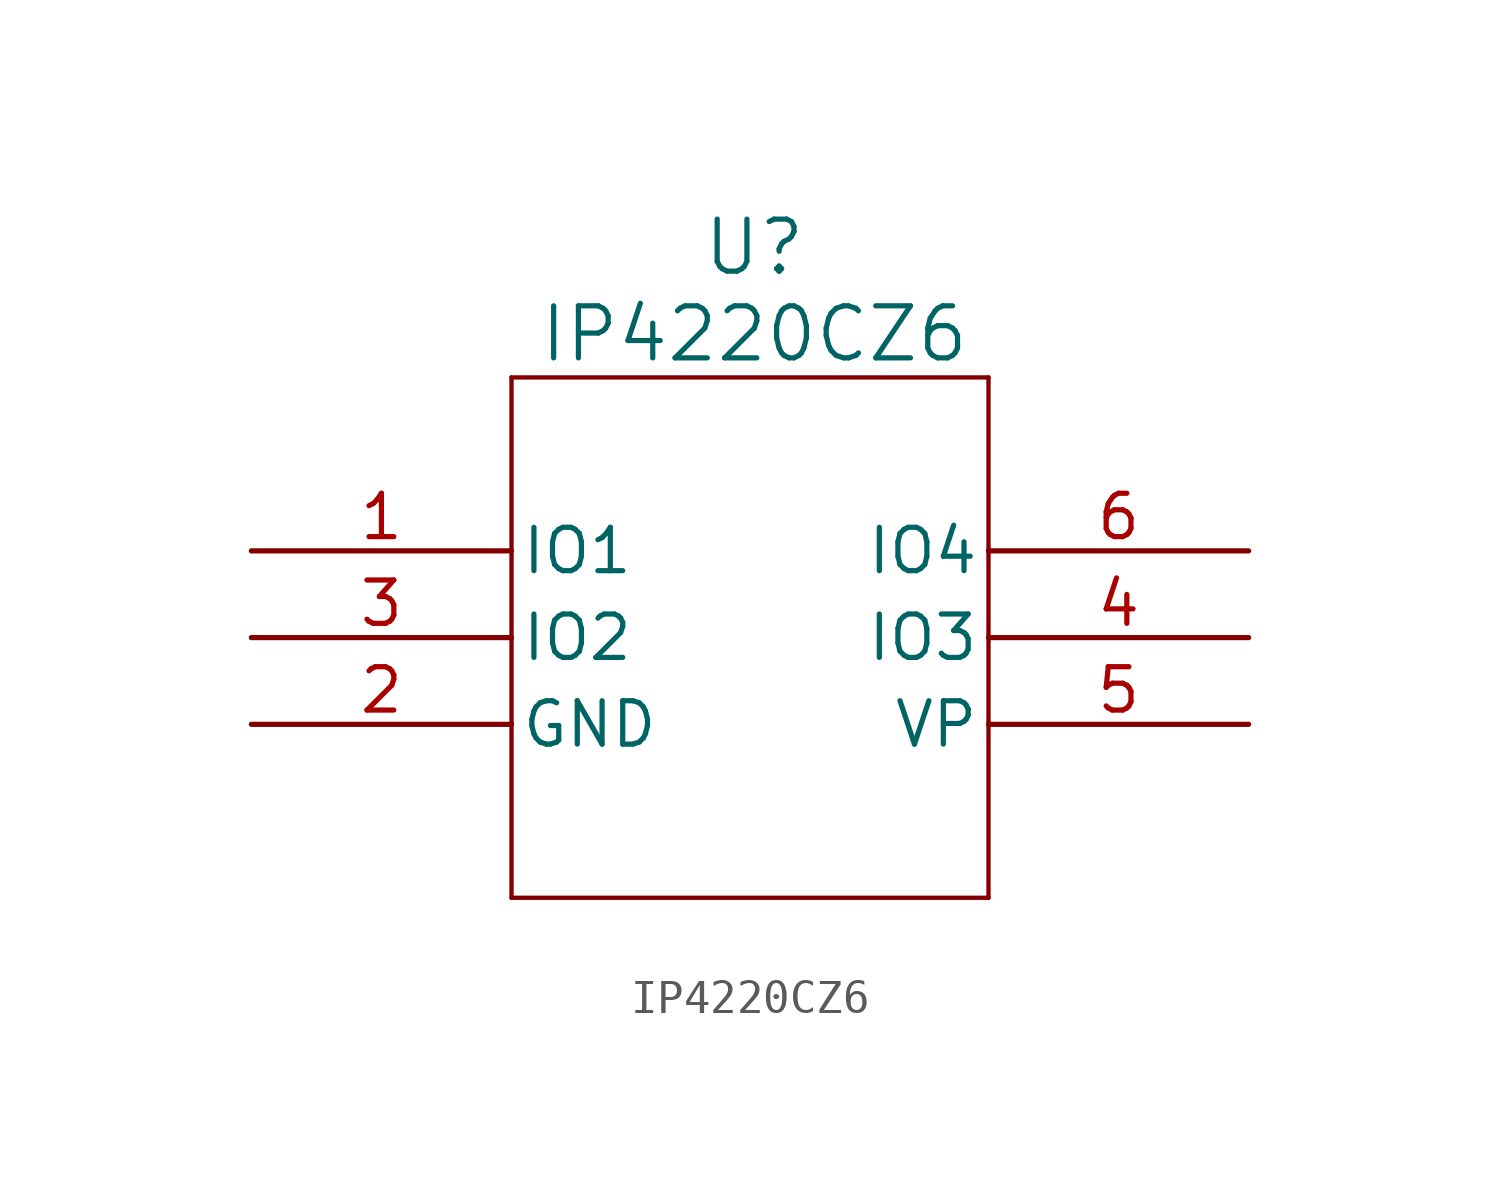
<source format=kicad_sym>
(kicad_symbol_lib
  (version 20241209)
  (generator "kicad_symbol_editor")
  (generator_version "9.0")
  (symbol "IP4220CZ6"
    (pin_names
      (offset 0.254))
    (property "Reference" "U"
      (at 14.732 8.89 0)
      (effects (font (size 1.524 1.524))))
    (property "Value" "IP4220CZ6"
      (at 14.732 6.35 0)
      (effects (font (size 1.524 1.524))))
    (property "ki_locked" ""
      (at 0 0 0)
      (effects (font (size 1.27 1.27))))
    (symbol "IP4220CZ6_0_1"
      (polyline (pts (xy 7.62 5.08) (xy 7.62 -10.16)) (stroke (width 0.127) (type default)) (fill (type none)))
      (polyline (pts (xy 7.62 -10.16) (xy 21.59 -10.16)) (stroke (width 0.127) (type default)) (fill (type none)))
      (polyline (pts (xy 21.59 5.08) (xy 7.62 5.08)) (stroke (width 0.127) (type default)) (fill (type none)))
      (polyline (pts (xy 21.59 -10.16) (xy 21.59 5.08)) (stroke (width 0.127) (type default)) (fill (type none)))
      (pin passive line (at 0 -5.08 0) (length 7.62) (name "GND" (effects (font (size 1.27 1.27)))) (number "2" (effects (font (size 1.27 1.27)))))
      (pin passive line (at 29.21 -5.08 180) (length 7.62) (name "VP" (effects (font (size 1.27 1.27)))) (number "5" (effects (font (size 1.27 1.27))))))
    (symbol "IP4220CZ6_1_1"
      (pin passive line (at 0 0 0) (length 7.62) (name "IO1" (effects (font (size 1.27 1.27)))) (number "1" (effects (font (size 1.27 1.27)))))
      (pin passive line (at 0 -2.54 0) (length 7.62) (name "IO2" (effects (font (size 1.27 1.27)))) (number "3" (effects (font (size 1.27 1.27)))))
      (pin passive line (at 29.21 0 180) (length 7.62) (name "IO4" (effects (font (size 1.27 1.27)))) (number "6" (effects (font (size 1.27 1.27)))))
      (pin passive line (at 29.21 -2.54 180) (length 7.62) (name "IO3" (effects (font (size 1.27 1.27)))) (number "4" (effects (font (size 1.27 1.27))))))))
</source>
